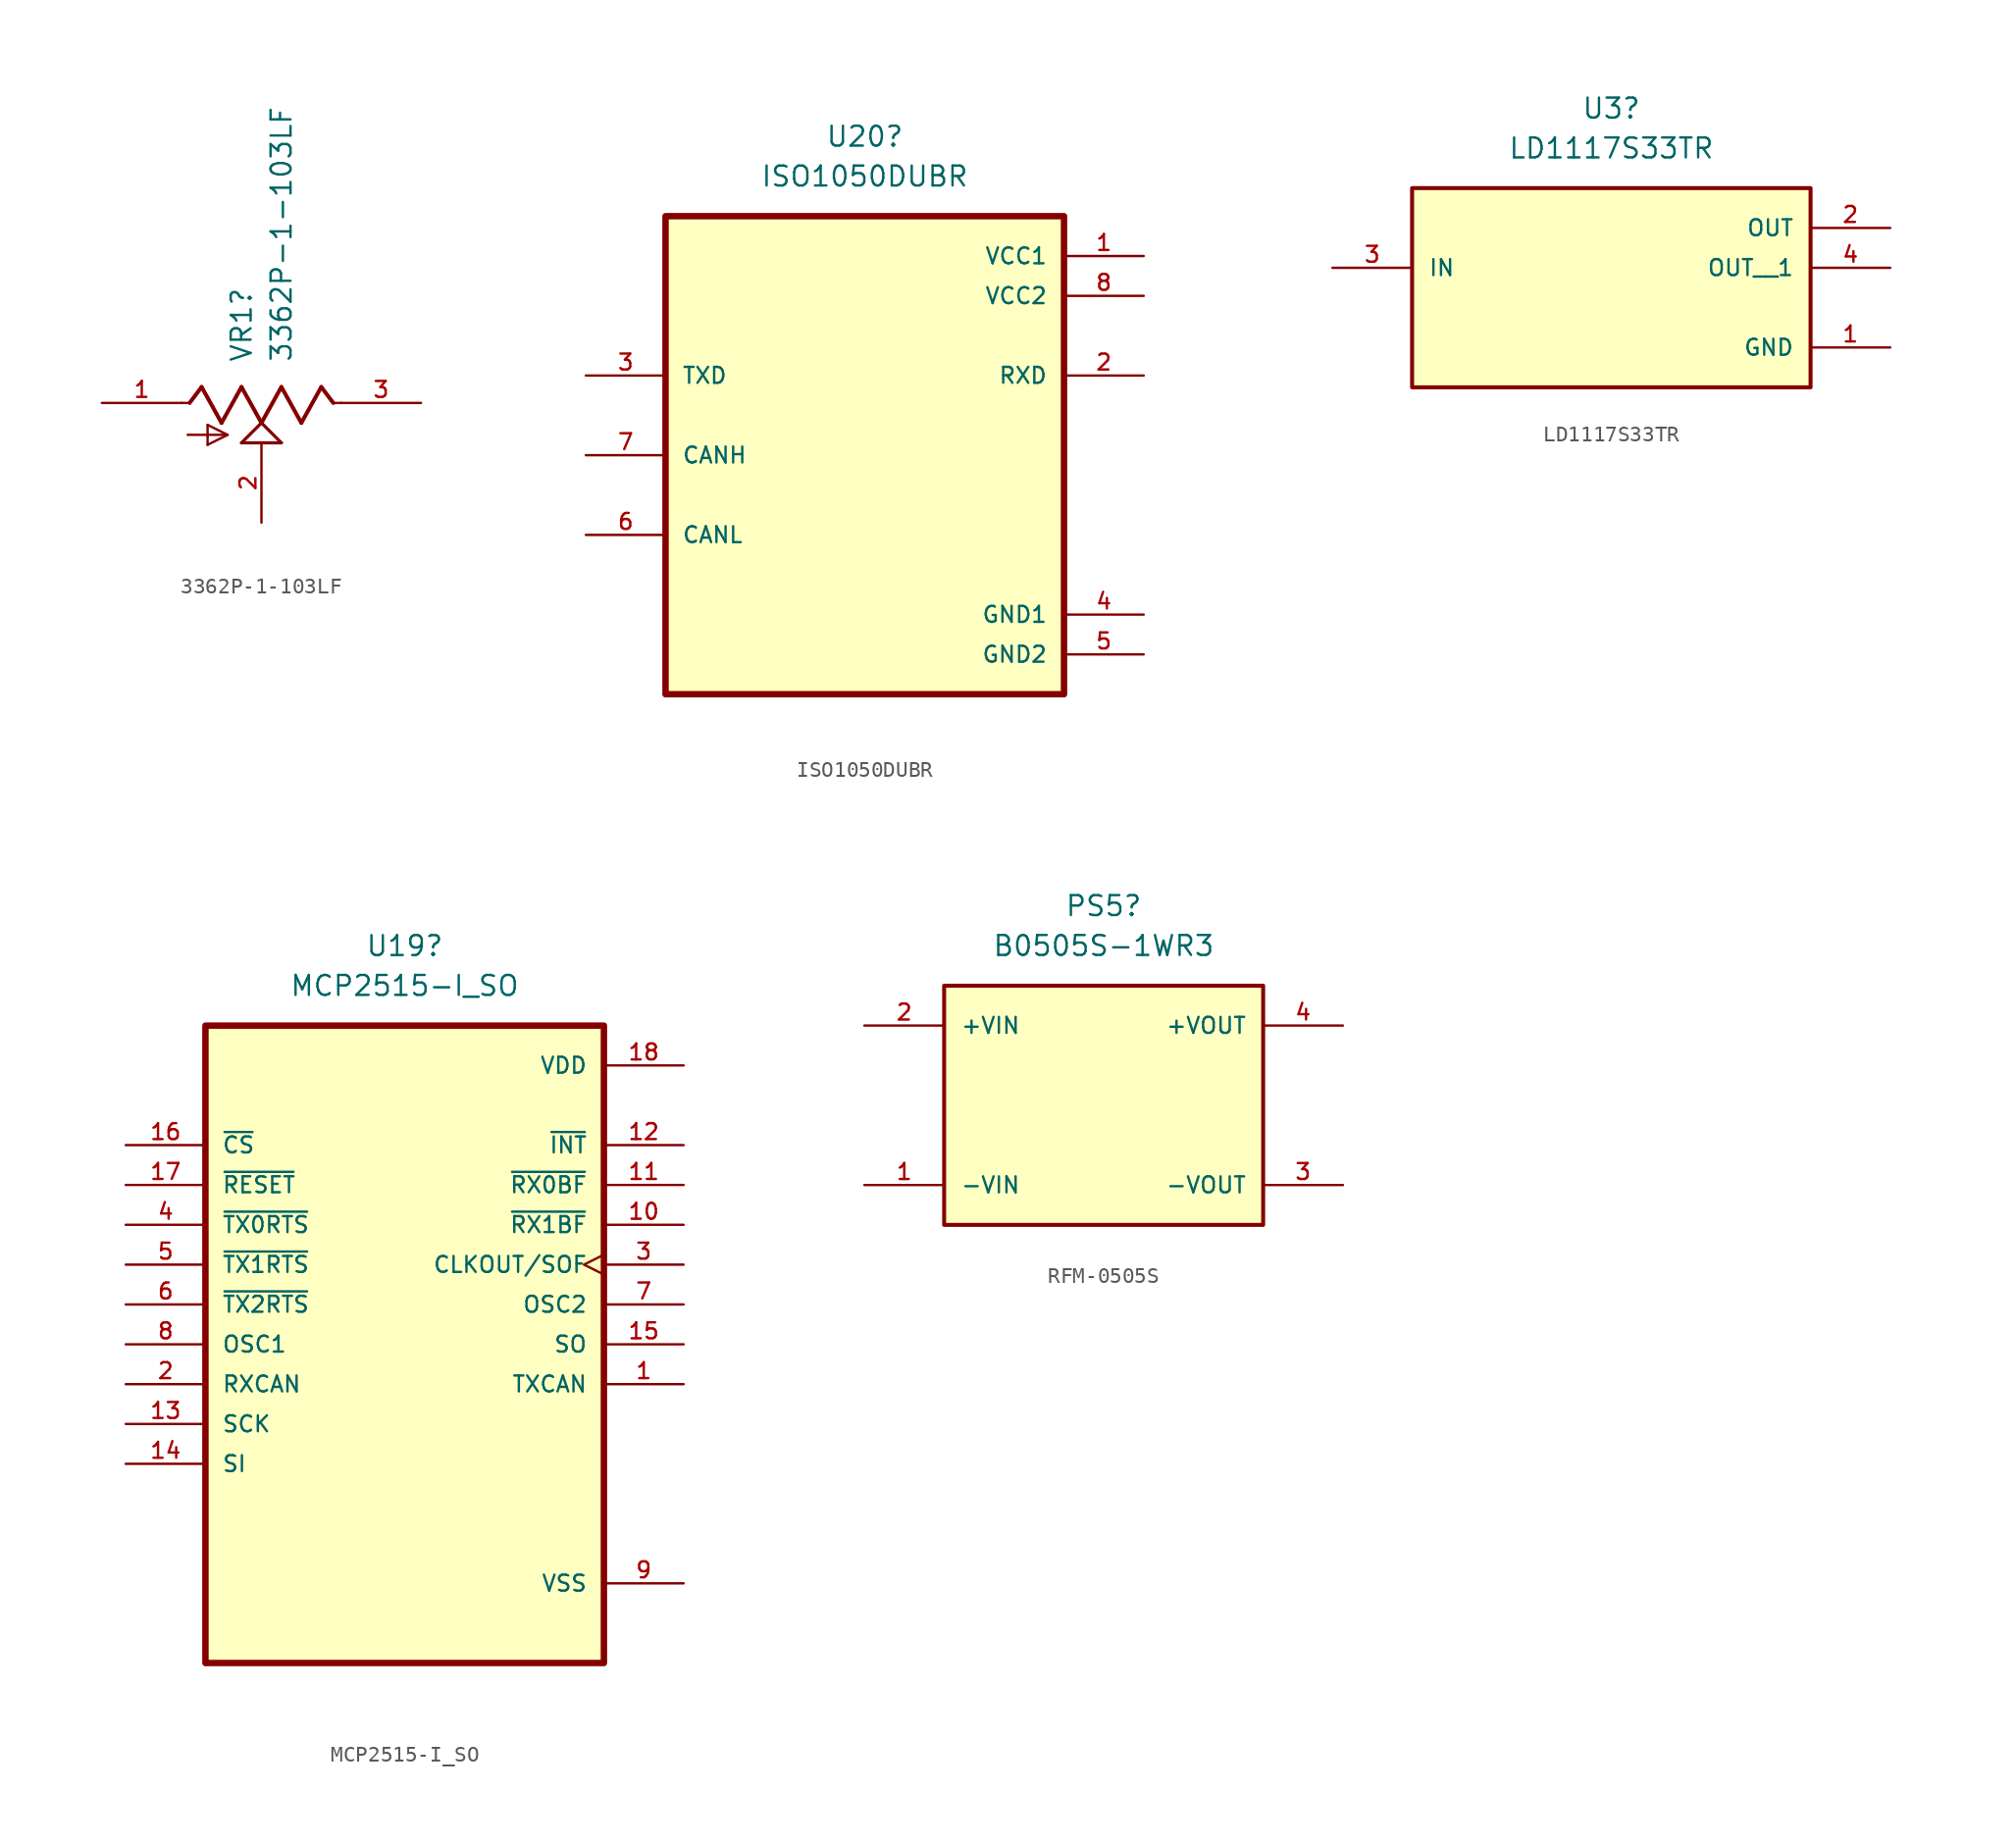
<source format=kicad_sym>
(kicad_symbol_lib
  (version 20231120)
  (generator "kicad_symbol_editor")
  (generator_version "8.0")
  (symbol "3362P-1-103LF"
    (pin_names
      (offset 1.016))
    (property "Reference" "VR1"
      (at -1.27 2.54 90)
      (effects (font (size 1.27 1.27)) (justify left)))
    (property "Value" "3362P-1-103LF"
      (at 1.27 2.54 90)
      (effects (font (size 1.27 1.27)) (justify left)))
    (symbol "3362P-1-103LF_0_0"
      (polyline (pts (xy -5.08 0) (xy -4.572 0)) (stroke (width 0.152) (type default)) (fill (type none)))
      (polyline (pts (xy -4.699 -2.032) (xy -2.159 -2.032)) (stroke (width 0.152) (type default)) (fill (type none)))
      (polyline (pts (xy -4.572 0) (xy -3.81 1.016)) (stroke (width 0.254) (type default)) (fill (type none)))
      (polyline (pts (xy -3.81 1.016) (xy -2.54 -1.27)) (stroke (width 0.254) (type default)) (fill (type none)))
      (polyline (pts (xy -3.429 -2.667) (xy -3.429 -1.397)) (stroke (width 0.152) (type default)) (fill (type none)))
      (polyline (pts (xy -3.429 -1.397) (xy -2.159 -2.032)) (stroke (width 0.152) (type default)) (fill (type none)))
      (polyline (pts (xy -2.54 -1.27) (xy -1.27 1.016)) (stroke (width 0.254) (type default)) (fill (type none)))
      (polyline (pts (xy -2.159 -2.032) (xy -3.429 -2.667)) (stroke (width 0.152) (type default)) (fill (type none)))
      (polyline (pts (xy -1.27 -2.54) (xy 0 -1.27)) (stroke (width 0.203) (type default)) (fill (type none)))
      (polyline (pts (xy -1.27 1.016) (xy 0 -1.27)) (stroke (width 0.254) (type default)) (fill (type none)))
      (polyline (pts (xy 0 -1.27) (xy 1.27 -2.54)) (stroke (width 0.203) (type default)) (fill (type none)))
      (polyline (pts (xy 0 -1.27) (xy 1.27 1.016)) (stroke (width 0.254) (type default)) (fill (type none)))
      (polyline (pts (xy 1.27 -2.54) (xy -1.27 -2.54)) (stroke (width 0.203) (type default)) (fill (type none)))
      (polyline (pts (xy 1.27 1.016) (xy 2.54 -1.27)) (stroke (width 0.254) (type default)) (fill (type none)))
      (polyline (pts (xy 2.54 -1.27) (xy 3.81 1.016)) (stroke (width 0.254) (type default)) (fill (type none)))
      (polyline (pts (xy 3.81 1.016) (xy 4.572 0)) (stroke (width 0.254) (type default)) (fill (type none)))
      (polyline (pts (xy 4.572 0) (xy 5.08 0)) (stroke (width 0.152) (type default)) (fill (type none)))
      (pin passive line (at -10.16 0 0) (length 5.08) (name "~" (effects (font (size 1.016 1.016)))) (number "1" (effects (font (size 1.016 1.016)))))
      (pin passive line (at 0 -7.62 90) (length 5.08) (name "~" (effects (font (size 1.016 1.016)))) (number "2" (effects (font (size 1.016 1.016)))))
      (pin passive line (at 10.16 0 180) (length 5.08) (name "~" (effects (font (size 1.016 1.016)))) (number "3" (effects (font (size 1.016 1.016)))))))
  (symbol "ISO1050DUBR"
    (pin_names
      (offset 1.016))
    (property "Reference" "U20"
      (at 0 20.32 0)
      (effects (font (size 1.27 1.27))))
    (property "Value" "ISO1050DUBR"
      (at 0 17.78 0)
      (effects (font (size 1.27 1.27))))
    (symbol "ISO1050DUBR_0_0"
      (rectangle (start -12.7 -15.24) (end 12.7 15.24) (stroke (width 0.41) (type default)) (fill (type background)))
      (pin power_in line (at 17.78 12.7 180) (length 5.08) (name "VCC1" (effects (font (size 1.016 1.016)))) (number "1" (effects (font (size 1.016 1.016)))))
      (pin input line (at -17.78 5.08 0) (length 5.08) (name "TXD" (effects (font (size 1.016 1.016)))) (number "3" (effects (font (size 1.016 1.016)))))
      (pin power_in line (at 17.78 -10.16 180) (length 5.08) (name "GND1" (effects (font (size 1.016 1.016)))) (number "4" (effects (font (size 1.016 1.016)))))
      (pin power_in line (at 17.78 -12.7 180) (length 5.08) (name "GND2" (effects (font (size 1.016 1.016)))) (number "5" (effects (font (size 1.016 1.016)))))
      (pin bidirectional line (at -17.78 -5.08 0) (length 5.08) (name "CANL" (effects (font (size 1.016 1.016)))) (number "6" (effects (font (size 1.016 1.016)))))
      (pin bidirectional line (at -17.78 0 0) (length 5.08) (name "CANH" (effects (font (size 1.016 1.016)))) (number "7" (effects (font (size 1.016 1.016)))))
      (pin power_in line (at 17.78 10.16 180) (length 5.08) (name "VCC2" (effects (font (size 1.016 1.016)))) (number "8" (effects (font (size 1.016 1.016))))))
    (symbol "ISO1050DUBR_1_0"
      (pin input line (at 17.78 5.08 180) (length 5.08) (name "RXD" (effects (font (size 1.016 1.016)))) (number "2" (effects (font (size 1.016 1.016)))))))
  (symbol "LD1117S33TR"
    (pin_names
      (offset 1.016))
    (property "Reference" "U3"
      (at 0 10.16 0)
      (effects (font (size 1.27 1.27))))
    (property "Value" "LD1117S33TR"
      (at 0 7.62 0)
      (effects (font (size 1.27 1.27))))
    (symbol "LD1117S33TR_0_0"
      (rectangle (start -12.7 5.08) (end 12.7 -7.62) (stroke (width 0.254) (type default)) (fill (type background)))
      (pin power_in line (at 17.78 -5.08 180) (length 5.08) (name "GND" (effects (font (size 1.016 1.016)))) (number "1" (effects (font (size 1.016 1.016))))))
    (symbol "LD1117S33TR_1_0"
      (pin power_out line (at 17.78 2.54 180) (length 5.08) (name "OUT" (effects (font (size 1.016 1.016)))) (number "2" (effects (font (size 1.016 1.016)))))
      (pin power_in line (at -17.78 0 0) (length 5.08) (name "IN" (effects (font (size 1.016 1.016)))) (number "3" (effects (font (size 1.016 1.016)))))
      (pin power_in line (at 17.78 0 180) (length 5.08) (name "OUT__1" (effects (font (size 1.016 1.016)))) (number "4" (effects (font (size 1.016 1.016)))))))
  (symbol "MCP2515-I_SO"
    (pin_names
      (offset 1.016))
    (property "Reference" "U19"
      (at 0 25.4 0)
      (effects (font (size 1.27 1.27))))
    (property "Value" "MCP2515-I_SO"
      (at 0 22.86 0)
      (effects (font (size 1.27 1.27))))
    (symbol "MCP2515-I_SO_0_0"
      (rectangle (start -12.7 -20.32) (end 12.7 20.32) (stroke (width 0.41) (type default)) (fill (type background)))
      (pin output line (at 17.78 7.62 180) (length 5.08) (name "~{RX1BF}" (effects (font (size 1.016 1.016)))) (number "10" (effects (font (size 1.016 1.016)))))
      (pin output line (at 17.78 10.16 180) (length 5.08) (name "~{RX0BF}" (effects (font (size 1.016 1.016)))) (number "11" (effects (font (size 1.016 1.016)))))
      (pin output line (at 17.78 12.7 180) (length 5.08) (name "~{INT}" (effects (font (size 1.016 1.016)))) (number "12" (effects (font (size 1.016 1.016)))))
      (pin input line (at -17.78 -5.08 0) (length 5.08) (name "SCK" (effects (font (size 1.016 1.016)))) (number "13" (effects (font (size 1.016 1.016)))))
      (pin input line (at -17.78 -7.62 0) (length 5.08) (name "SI" (effects (font (size 1.016 1.016)))) (number "14" (effects (font (size 1.016 1.016)))))
      (pin output line (at 17.78 0 180) (length 5.08) (name "SO" (effects (font (size 1.016 1.016)))) (number "15" (effects (font (size 1.016 1.016)))))
      (pin input line (at -17.78 12.7 0) (length 5.08) (name "~{CS}" (effects (font (size 1.016 1.016)))) (number "16" (effects (font (size 1.016 1.016)))))
      (pin input line (at -17.78 10.16 0) (length 5.08) (name "~{RESET}" (effects (font (size 1.016 1.016)))) (number "17" (effects (font (size 1.016 1.016)))))
      (pin power_in line (at 17.78 17.78 180) (length 5.08) (name "VDD" (effects (font (size 1.016 1.016)))) (number "18" (effects (font (size 1.016 1.016)))))
      (pin output clock (at 17.78 5.08 180) (length 5.08) (name "CLKOUT/SOF" (effects (font (size 1.016 1.016)))) (number "3" (effects (font (size 1.016 1.016)))))
      (pin input line (at -17.78 7.62 0) (length 5.08) (name "~{TX0RTS}" (effects (font (size 1.016 1.016)))) (number "4" (effects (font (size 1.016 1.016)))))
      (pin input line (at -17.78 5.08 0) (length 5.08) (name "~{TX1RTS}" (effects (font (size 1.016 1.016)))) (number "5" (effects (font (size 1.016 1.016)))))
      (pin input line (at -17.78 2.54 0) (length 5.08) (name "~{TX2RTS}" (effects (font (size 1.016 1.016)))) (number "6" (effects (font (size 1.016 1.016)))))
      (pin output line (at 17.78 2.54 180) (length 5.08) (name "OSC2" (effects (font (size 1.016 1.016)))) (number "7" (effects (font (size 1.016 1.016)))))
      (pin input line (at -17.78 0 0) (length 5.08) (name "OSC1" (effects (font (size 1.016 1.016)))) (number "8" (effects (font (size 1.016 1.016)))))
      (pin power_in line (at 17.78 -15.24 180) (length 5.08) (name "VSS" (effects (font (size 1.016 1.016)))) (number "9" (effects (font (size 1.016 1.016))))))
    (symbol "MCP2515-I_SO_1_0"
      (pin bidirectional line (at 17.78 -2.54 180) (length 5.08) (name "TXCAN" (effects (font (size 1.016 1.016)))) (number "1" (effects (font (size 1.016 1.016)))))
      (pin bidirectional line (at -17.78 -2.54 0) (length 5.08) (name "RXCAN" (effects (font (size 1.016 1.016)))) (number "2" (effects (font (size 1.016 1.016)))))))
  (symbol "RFM-0505S"
    (pin_names
      (offset 1.016))
    (property "Reference" "PS5"
      (at 0 12.7 0)
      (effects (font (size 1.27 1.27))))
    (property "Value" "B0505S-1WR3"
      (at 0 10.16 0)
      (effects (font (size 1.27 1.27))))
    (symbol "RFM-0505S_0_0"
      (rectangle (start -10.16 -7.62) (end 10.16 7.62) (stroke (width 0.254) (type default)) (fill (type background))))
    (symbol "RFM-0505S_1_0"
      (pin power_in line (at -15.24 -5.08 0) (length 5.08) (name "-VIN" (effects (font (size 1.016 1.016)))) (number "1" (effects (font (size 1.016 1.016)))))
      (pin power_in line (at -15.24 5.08 0) (length 5.08) (name "+VIN" (effects (font (size 1.016 1.016)))) (number "2" (effects (font (size 1.016 1.016)))))
      (pin power_in line (at 15.24 -5.08 180) (length 5.08) (name "-VOUT" (effects (font (size 1.016 1.016)))) (number "3" (effects (font (size 1.016 1.016)))))
      (pin power_out line (at 15.24 5.08 180) (length 5.08) (name "+VOUT" (effects (font (size 1.016 1.016)))) (number "4" (effects (font (size 1.016 1.016))))))))
</source>
